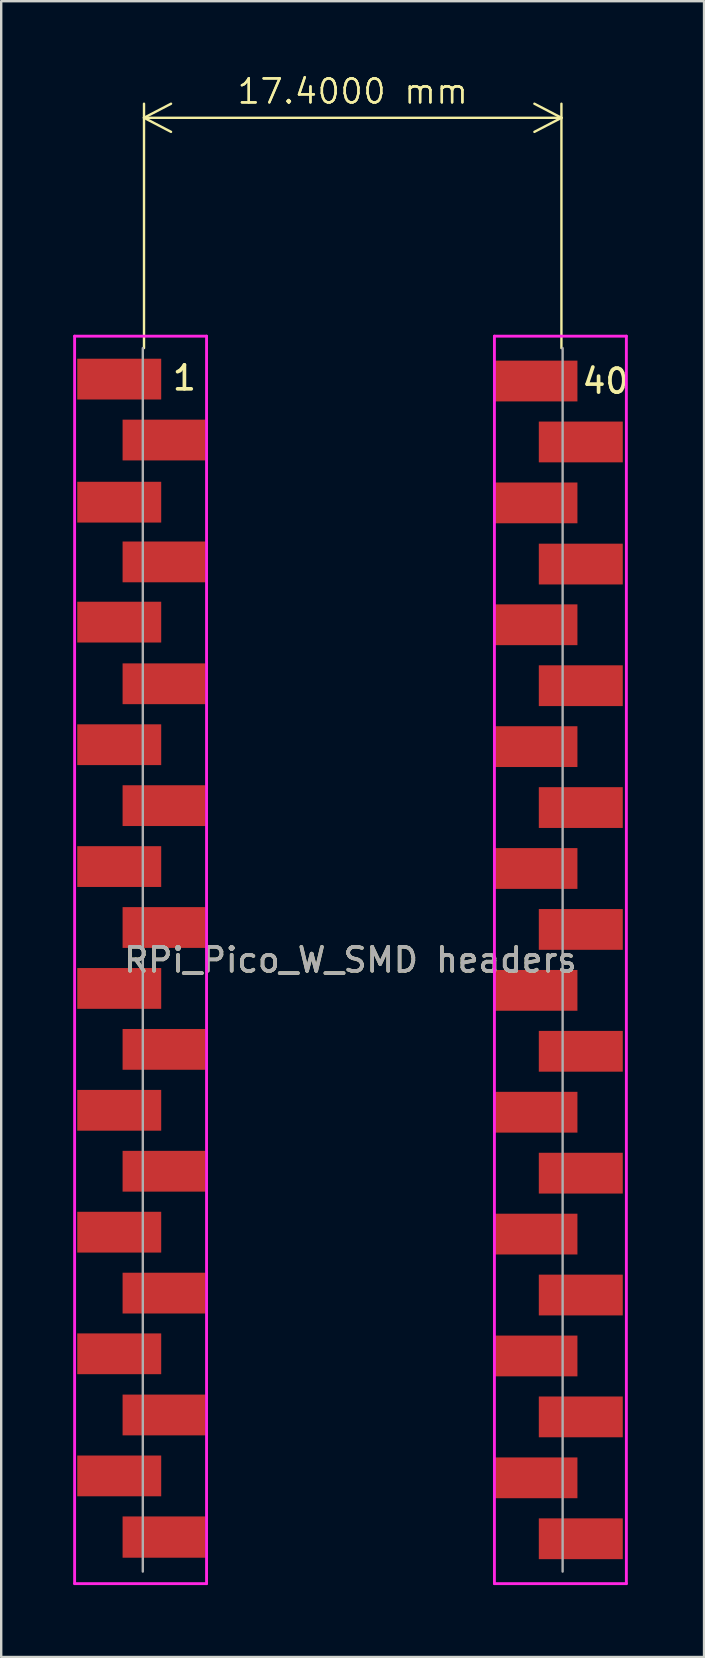
<source format=kicad_pcb>
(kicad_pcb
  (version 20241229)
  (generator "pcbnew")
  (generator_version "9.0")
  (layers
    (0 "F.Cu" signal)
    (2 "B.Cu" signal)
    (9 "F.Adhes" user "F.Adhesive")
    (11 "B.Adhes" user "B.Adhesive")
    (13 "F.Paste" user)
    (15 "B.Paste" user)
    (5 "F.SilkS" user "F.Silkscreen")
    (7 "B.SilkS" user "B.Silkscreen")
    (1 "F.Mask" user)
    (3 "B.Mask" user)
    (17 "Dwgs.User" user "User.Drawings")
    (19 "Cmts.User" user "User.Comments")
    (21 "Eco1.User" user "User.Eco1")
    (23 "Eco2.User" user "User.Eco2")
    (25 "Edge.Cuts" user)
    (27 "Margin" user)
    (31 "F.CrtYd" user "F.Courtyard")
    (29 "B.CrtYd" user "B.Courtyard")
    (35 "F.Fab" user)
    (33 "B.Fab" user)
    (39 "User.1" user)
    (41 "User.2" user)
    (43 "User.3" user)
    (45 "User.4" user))
  (footprint "RPi_Pico_W_SMD headers"
    (layer "F.Cu")
    (at 11.56 36.963)
    (property "Reference" "RPi_Pico_W_SMD headers" (at 0 0 0) (layer "F.SilkS") (effects (font (size 1 1) (thickness 0.15))))
    (attr smd)
    (fp_line (start -11.5 -26) (end -6 -26) (stroke (width 0.12) (type solid)) (layer "F.CrtYd"))
    (fp_line (start -11.5 26) (end -11.5 -26) (stroke (width 0.12) (type solid)) (layer "F.CrtYd"))
    (fp_line (start -6 -26) (end -6 26) (stroke (width 0.12) (type solid)) (layer "F.CrtYd"))
    (fp_line (start -6 26) (end -11.5 26) (stroke (width 0.12) (type solid)) (layer "F.CrtYd"))
    (fp_line (start 6 -26) (end 11.5 -26) (stroke (width 0.12) (type solid)) (layer "F.CrtYd"))
    (fp_line (start 6 26) (end 6 -26) (stroke (width 0.12) (type solid)) (layer "F.CrtYd"))
    (fp_line (start 11.5 -26) (end 11.5 26) (stroke (width 0.12) (type solid)) (layer "F.CrtYd"))
    (fp_line (start 11.5 26) (end 6 26) (stroke (width 0.12) (type solid)) (layer "F.CrtYd"))
    (fp_line (start -8.657 -25.502) (end -8.657 25.498) (stroke (width 0.1) (type default)) (layer "F.Fab"))
    (fp_line (start 8.843 -25.502) (end 8.843 25.498) (stroke (width 0.1) (type default)) (layer "F.Fab"))
    (fp_text user "1" (at -7.5 -23.674 0) (unlocked yes) (layer "F.SilkS") (effects (font (size 1 1) (thickness 0.153)) (justify left bottom)))
    (fp_text user "40" (at 9.574 -23.537 0) (unlocked yes) (layer "F.SilkS") (effects (font (size 1 1) (thickness 0.153)) (justify left bottom)))
    (fp_text user "${REFERENCE}" (at 0 0 180) (layer "F.Fab") (effects (font (size 1 1) (thickness 0.15))))
    (dimension (type aligned) (layer "F.SilkS") (pts (xy 2.953 11.96) (xy 20.353 11.96)) (height -10.1) (format (prefix "") (suffix "") (units 3) (units_format 1) (precision 4)) (style (thickness 0.1) (arrow_length 1.27) (text_position_mode 0) (arrow_direction outward) (extension_height 0.586) (extension_offset 0.5) (keep_text_aligned yes)) (gr_text "17.4000 mm" (at 11.653 0.76 0) (layer "F.SilkS") (effects (font (size 1 1) (thickness 0.1)))))
    (pad "1" smd rect (at -10.54 -24.21) (size 3.5 1.7) (drill (offset 0.9 0)) (layers "F.Cu" "F.Mask"))
    (pad "2" smd rect (at -8.65 -21.67) (size 3.46 1.7) (drill (offset 0.88 0)) (layers "F.Cu" "F.Mask"))
    (pad "3" smd rect (at -10.54 -19.08) (size 3.5 1.7) (drill (offset 0.9 0)) (layers "F.Cu" "F.Mask"))
    (pad "4" smd rect (at -8.65 -16.59) (size 3.46 1.7) (drill (offset 0.88 0)) (layers "F.Cu" "F.Mask"))
    (pad "5" smd rect (at -10.54 -14.08) (size 3.5 1.7) (drill (offset 0.9 0)) (layers "F.Cu" "F.Mask"))
    (pad "6" smd rect (at -8.65 -11.51) (size 3.46 1.7) (drill (offset 0.88 0)) (layers "F.Cu" "F.Mask"))
    (pad "7" smd rect (at -10.54 -8.97) (size 3.5 1.7) (drill (offset 0.9 0)) (layers "F.Cu" "F.Mask"))
    (pad "8" smd rect (at -8.65 -6.43) (size 3.46 1.7) (drill (offset 0.88 0)) (layers "F.Cu" "F.Mask"))
    (pad "9" smd rect (at -10.54 -3.89) (size 3.5 1.7) (drill (offset 0.9 0)) (layers "F.Cu" "F.Mask"))
    (pad "10" smd rect (at -8.65 -1.35) (size 3.46 1.7) (drill (offset 0.88 0)) (layers "F.Cu" "F.Mask"))
    (pad "11" smd rect (at -10.54 1.19) (size 3.5 1.7) (drill (offset 0.9 0)) (layers "F.Cu" "F.Mask"))
    (pad "12" smd rect (at -8.65 3.73) (size 3.46 1.7) (drill (offset 0.88 0)) (layers "F.Cu" "F.Mask"))
    (pad "13" smd rect (at -10.54 6.27) (size 3.5 1.7) (drill (offset 0.9 0)) (layers "F.Cu" "F.Mask"))
    (pad "14" smd rect (at -8.65 8.81) (size 3.46 1.7) (drill (offset 0.88 0)) (layers "F.Cu" "F.Mask"))
    (pad "15" smd rect (at -10.54 11.35) (size 3.5 1.7) (drill (offset 0.9 0)) (layers "F.Cu" "F.Mask"))
    (pad "16" smd rect (at -8.65 13.89) (size 3.46 1.7) (drill (offset 0.88 0)) (layers "F.Cu" "F.Mask"))
    (pad "17" smd rect (at -10.54 16.42) (size 3.5 1.7) (drill (offset 0.9 0)) (layers "F.Cu" "F.Mask"))
    (pad "18" smd rect (at -8.65 18.97) (size 3.46 1.7) (drill (offset 0.88 0)) (layers "F.Cu" "F.Mask"))
    (pad "19" smd rect (at -10.54 21.51) (size 3.5 1.7) (drill (offset 0.9 0)) (layers "F.Cu" "F.Mask"))
    (pad "20" smd rect (at -8.65 24.05) (size 3.46 1.72) (drill (offset 0.88 0.01)) (layers "F.Cu" "F.Mask"))
    (pad "21" smd rect (at 10.5 24.13) (size 3.5 1.7) (drill (offset -0.9 0)) (layers "F.Cu" "F.Mask"))
    (pad "22" smd rect (at 8.61 21.59) (size 3.46 1.7) (drill (offset -0.88 0)) (layers "F.Cu" "F.Mask"))
    (pad "23" smd rect (at 10.5 19.05) (size 3.5 1.7) (drill (offset -0.9 0)) (layers "F.Cu" "F.Mask"))
    (pad "24" smd rect (at 8.61 16.51) (size 3.46 1.7) (drill (offset -0.88 0)) (layers "F.Cu" "F.Mask"))
    (pad "25" smd rect (at 10.5 13.97) (size 3.5 1.7) (drill (offset -0.9 0)) (layers "F.Cu" "F.Mask"))
    (pad "26" smd rect (at 8.61 11.43) (size 3.46 1.7) (drill (offset -0.88 0)) (layers "F.Cu" "F.Mask"))
    (pad "27" smd rect (at 10.5 8.89) (size 3.5 1.7) (drill (offset -0.9 0)) (layers "F.Cu" "F.Mask"))
    (pad "28" smd rect (at 8.61 6.35) (size 3.46 1.7) (drill (offset -0.88 0)) (layers "F.Cu" "F.Mask"))
    (pad "29" smd rect (at 10.5 3.81) (size 3.5 1.7) (drill (offset -0.9 0)) (layers "F.Cu" "F.Mask"))
    (pad "30" smd rect (at 8.61 1.27) (size 3.46 1.7) (drill (offset -0.88 0)) (layers "F.Cu" "F.Mask"))
    (pad "31" smd rect (at 10.5 -1.27) (size 3.5 1.7) (drill (offset -0.9 0)) (layers "F.Cu" "F.Mask"))
    (pad "32" smd rect (at 8.61 -3.81) (size 3.46 1.7) (drill (offset -0.88 0)) (layers "F.Cu" "F.Mask"))
    (pad "33" smd rect (at 10.5 -6.35) (size 3.5 1.7) (drill (offset -0.9 0)) (layers "F.Cu" "F.Mask"))
    (pad "34" smd rect (at 8.61 -8.89) (size 3.46 1.7) (drill (offset -0.88 0)) (layers "F.Cu" "F.Mask"))
    (pad "35" smd rect (at 10.5 -11.43) (size 3.5 1.7) (drill (offset -0.9 0)) (layers "F.Cu" "F.Mask"))
    (pad "36" smd rect (at 8.61 -13.97) (size 3.46 1.7) (drill (offset -0.88 0)) (layers "F.Cu" "F.Mask"))
    (pad "37" smd rect (at 10.5 -16.5) (size 3.5 1.7) (drill (offset -0.9 0)) (layers "F.Cu" "F.Mask"))
    (pad "38" smd rect (at 8.61 -19.05) (size 3.46 1.7) (drill (offset -0.88 0)) (layers "F.Cu" "F.Mask"))
    (pad "39" smd rect (at 10.5 -21.59) (size 3.5 1.7) (drill (offset -0.9 0)) (layers "F.Cu" "F.Mask"))
    (pad "40" smd rect (at 8.61 -24.13) (size 3.46 1.7) (drill (offset -0.88 0)) (layers "F.Cu" "F.Mask")))
  (gr_rect
    (start -3 -3)
    (end 26.298 66.023)
    (stroke (width 0.1) (type default))
    (fill no)
    (layer "Edge.Cuts")))
</source>
